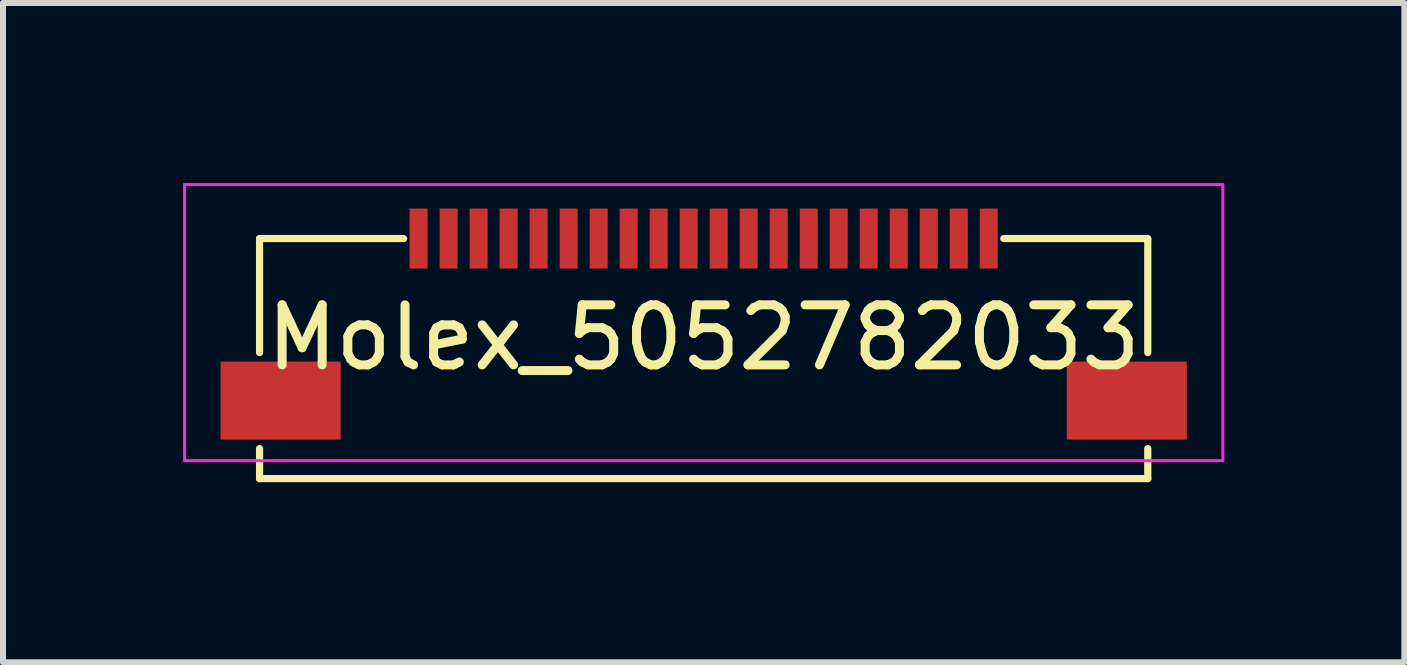
<source format=kicad_pcb>
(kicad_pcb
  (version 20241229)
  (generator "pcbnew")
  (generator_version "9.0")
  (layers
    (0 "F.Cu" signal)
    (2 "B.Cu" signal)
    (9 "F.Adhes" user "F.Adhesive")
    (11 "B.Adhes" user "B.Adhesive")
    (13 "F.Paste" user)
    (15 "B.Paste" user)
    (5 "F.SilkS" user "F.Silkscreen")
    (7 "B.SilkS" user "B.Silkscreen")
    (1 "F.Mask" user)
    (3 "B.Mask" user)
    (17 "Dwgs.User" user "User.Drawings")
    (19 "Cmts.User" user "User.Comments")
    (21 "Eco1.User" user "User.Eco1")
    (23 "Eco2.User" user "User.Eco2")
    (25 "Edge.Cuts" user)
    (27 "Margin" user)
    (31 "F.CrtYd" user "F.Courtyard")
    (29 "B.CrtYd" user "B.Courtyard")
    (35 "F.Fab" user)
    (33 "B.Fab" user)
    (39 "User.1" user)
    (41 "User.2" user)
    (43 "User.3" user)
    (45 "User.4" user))
  (footprint "Molex_5052782033"
    (layer "F.Cu")
    (at 8.675 0.925)
    (property "Reference" "Molex_5052782033" (at 0 1.65 0) (layer "F.SilkS") (effects (font (size 1 1) (thickness 0.15))))
    (attr smd)
    (fp_line (start -7.4 0) (end -5 0) (stroke (width 0.12) (type solid)) (layer "F.SilkS"))
    (fp_line (start -7.4 1.9) (end -7.4 0.01) (stroke (width 0.12) (type solid)) (layer "F.SilkS"))
    (fp_line (start -7.4 4) (end -7.4 3.5) (stroke (width 0.12) (type solid)) (layer "F.SilkS"))
    (fp_line (start -7.4 4) (end 7.4 4) (stroke (width 0.12) (type solid)) (layer "F.SilkS"))
    (fp_line (start 7.4 0) (end 5 0) (stroke (width 0.12) (type solid)) (layer "F.SilkS"))
    (fp_line (start 7.4 1.9) (end 7.4 0.01) (stroke (width 0.12) (type solid)) (layer "F.SilkS"))
    (fp_line (start 7.4 4) (end 7.4 3.5) (stroke (width 0.12) (type solid)) (layer "F.SilkS"))
    (fp_line (start -8.65 -0.9) (end -8.65 3.7) (stroke (width 0.05) (type solid)) (layer "F.CrtYd"))
    (fp_line (start -8.65 -0.9) (end 8.65 -0.9) (stroke (width 0.05) (type solid)) (layer "F.CrtYd"))
    (fp_line (start -8.65 3.7) (end 8.65 3.7) (stroke (width 0.05) (type solid)) (layer "F.CrtYd"))
    (fp_line (start 8.65 -0.9) (end 8.65 3.7) (stroke (width 0.05) (type solid)) (layer "F.CrtYd"))
    (pad "1" smd rect (at -4.75 0) (size 0.3 1) (layers "F.Cu" "F.Mask" "F.Paste"))
    (pad "2" smd rect (at -4.25 0) (size 0.3 1) (layers "F.Cu" "F.Mask" "F.Paste"))
    (pad "3" smd rect (at -3.75 0) (size 0.3 1) (layers "F.Cu" "F.Mask" "F.Paste"))
    (pad "4" smd rect (at -3.25 0) (size 0.3 1) (layers "F.Cu" "F.Mask" "F.Paste"))
    (pad "5" smd rect (at -2.75 0) (size 0.3 1) (layers "F.Cu" "F.Mask" "F.Paste"))
    (pad "6" smd rect (at -2.25 0) (size 0.3 1) (layers "F.Cu" "F.Mask" "F.Paste"))
    (pad "7" smd rect (at -1.75 0) (size 0.3 1) (layers "F.Cu" "F.Mask" "F.Paste"))
    (pad "8" smd rect (at -1.25 0) (size 0.3 1) (layers "F.Cu" "F.Mask" "F.Paste"))
    (pad "9" smd rect (at -0.75 0) (size 0.3 1) (layers "F.Cu" "F.Mask" "F.Paste"))
    (pad "10" smd rect (at -0.25 0) (size 0.3 1) (layers "F.Cu" "F.Mask" "F.Paste"))
    (pad "11" smd rect (at 0.25 0) (size 0.3 1) (layers "F.Cu" "F.Mask" "F.Paste"))
    (pad "12" smd rect (at 0.75 0) (size 0.3 1) (layers "F.Cu" "F.Mask" "F.Paste"))
    (pad "13" smd rect (at 1.25 0) (size 0.3 1) (layers "F.Cu" "F.Mask" "F.Paste"))
    (pad "14" smd rect (at 1.75 0) (size 0.3 1) (layers "F.Cu" "F.Mask" "F.Paste"))
    (pad "15" smd rect (at 2.25 0) (size 0.3 1) (layers "F.Cu" "F.Mask" "F.Paste"))
    (pad "16" smd rect (at 2.75 0) (size 0.3 1) (layers "F.Cu" "F.Mask" "F.Paste"))
    (pad "17" smd rect (at 3.25 0) (size 0.3 1) (layers "F.Cu" "F.Mask" "F.Paste"))
    (pad "18" smd rect (at 3.75 0) (size 0.3 1) (layers "F.Cu" "F.Mask" "F.Paste"))
    (pad "19" smd rect (at 4.25 0) (size 0.3 1) (layers "F.Cu" "F.Mask" "F.Paste"))
    (pad "20" smd rect (at 4.75 0) (size 0.3 1) (layers "F.Cu" "F.Mask" "F.Paste"))
    (pad "MP" smd rect (at -7.05 2.7) (size 2 1.3) (layers "F.Cu" "F.Mask" "F.Paste"))
    (pad "MP" smd rect (at 7.05 2.7) (size 2 1.3) (layers "F.Cu" "F.Mask" "F.Paste")))
  (gr_rect
    (start -3 -3)
    (end 20.35 7.985)
    (stroke (width 0.1) (type default))
    (fill no)
    (layer "Edge.Cuts")))
</source>
